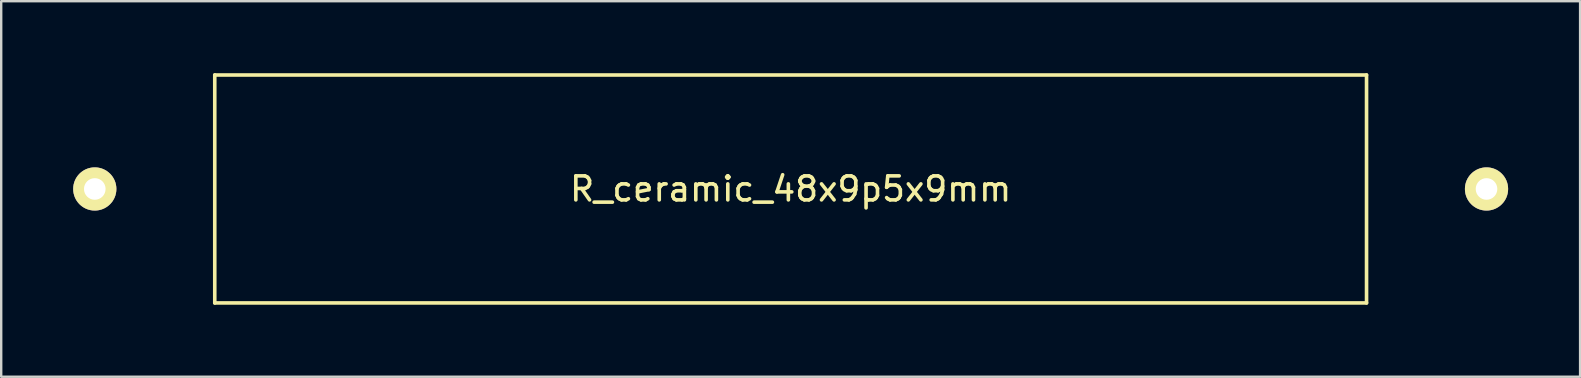
<source format=kicad_pcb>
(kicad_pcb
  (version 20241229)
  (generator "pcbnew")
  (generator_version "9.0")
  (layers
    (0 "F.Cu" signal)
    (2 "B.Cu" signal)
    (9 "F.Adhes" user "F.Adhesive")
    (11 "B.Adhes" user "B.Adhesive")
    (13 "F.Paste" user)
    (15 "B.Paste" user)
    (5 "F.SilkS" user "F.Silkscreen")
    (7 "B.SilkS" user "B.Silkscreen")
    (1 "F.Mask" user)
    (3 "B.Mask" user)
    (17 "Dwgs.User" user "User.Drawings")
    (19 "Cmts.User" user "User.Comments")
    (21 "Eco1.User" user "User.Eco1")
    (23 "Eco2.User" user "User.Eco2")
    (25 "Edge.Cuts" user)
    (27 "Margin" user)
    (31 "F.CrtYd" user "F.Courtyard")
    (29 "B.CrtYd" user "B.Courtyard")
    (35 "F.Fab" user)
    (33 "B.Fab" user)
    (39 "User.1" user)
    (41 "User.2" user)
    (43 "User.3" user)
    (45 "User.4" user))
  (footprint "R_ceramic_48x9p5x9mm"
    (layer "F.Cu")
    (at 29.9 4.825)
    (property "Reference" "R_ceramic_48x9p5x9mm" (at 0 0 0) (layer "F.SilkS") (effects (font (size 1 1) (thickness 0.15))))
    (attr through_hole)
    (fp_line (start -24 -4.75) (end -24 4.75) (stroke (width 0.15) (type solid)) (layer "F.SilkS"))
    (fp_line (start -24 4.75) (end 24 4.75) (stroke (width 0.15) (type solid)) (layer "F.SilkS"))
    (fp_line (start 24 -4.75) (end -24 -4.75) (stroke (width 0.15) (type solid)) (layer "F.SilkS"))
    (fp_line (start 24 4.75) (end 24 -4.75) (stroke (width 0.15) (type solid)) (layer "F.SilkS"))
    (pad "1" thru_hole circle (at -29 0) (size 1.8 1.8) (drill 0.9) (layers "*.Cu" "*.Mask" "F.SilkS"))
    (pad "2" thru_hole circle (at 29 0) (size 1.8 1.8) (drill 0.9) (layers "*.Cu" "*.Mask" "F.SilkS")))
  (gr_rect
    (start -3 -3)
    (end 62.8 12.65)
    (stroke (width 0.1) (type default))
    (fill no)
    (layer "Edge.Cuts")))
</source>
